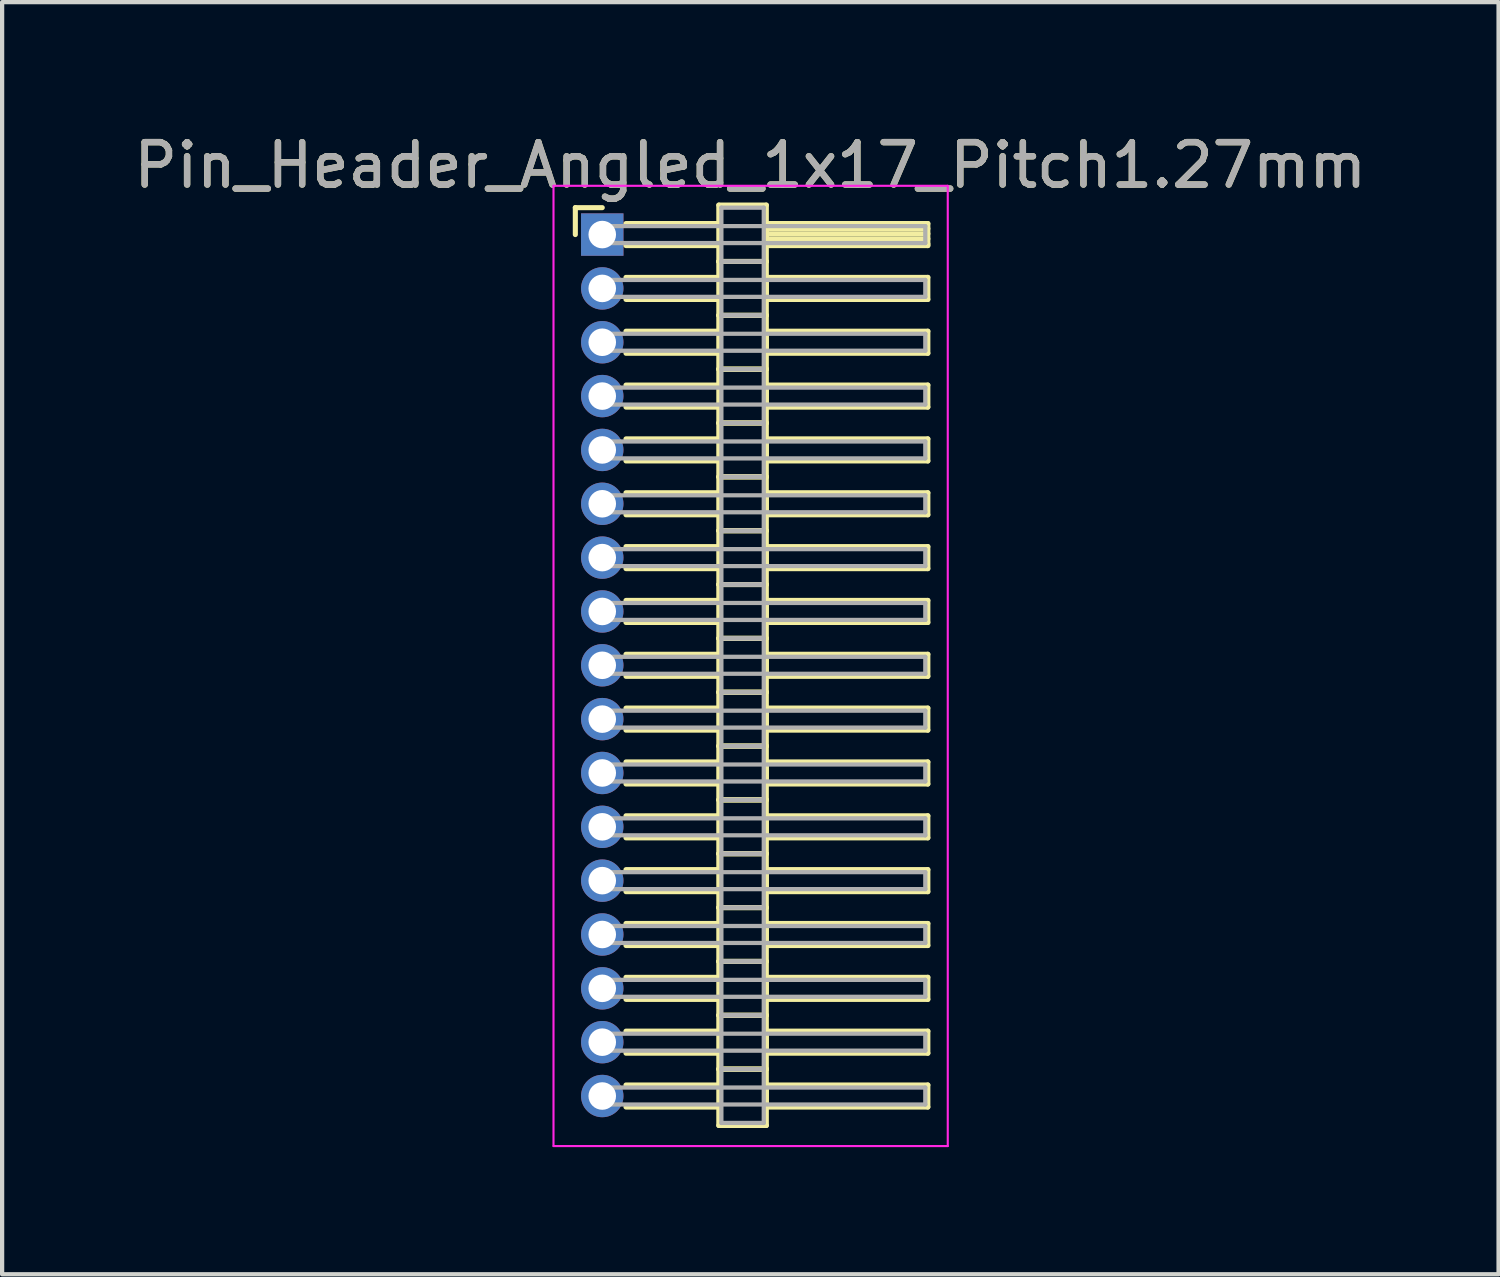
<source format=kicad_pcb>
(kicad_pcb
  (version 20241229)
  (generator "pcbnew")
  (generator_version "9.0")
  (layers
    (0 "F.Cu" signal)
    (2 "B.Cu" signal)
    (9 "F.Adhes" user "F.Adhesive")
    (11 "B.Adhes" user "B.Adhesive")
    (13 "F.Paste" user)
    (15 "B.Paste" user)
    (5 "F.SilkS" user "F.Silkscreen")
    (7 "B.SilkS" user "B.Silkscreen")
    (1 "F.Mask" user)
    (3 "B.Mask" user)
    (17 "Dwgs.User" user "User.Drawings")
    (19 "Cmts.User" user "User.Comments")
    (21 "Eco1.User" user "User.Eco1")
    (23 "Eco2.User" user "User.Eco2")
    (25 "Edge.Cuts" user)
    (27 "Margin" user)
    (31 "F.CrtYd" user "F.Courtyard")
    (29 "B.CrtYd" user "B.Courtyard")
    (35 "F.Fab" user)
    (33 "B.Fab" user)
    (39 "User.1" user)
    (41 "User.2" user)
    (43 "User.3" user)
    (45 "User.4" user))
  (footprint "Pin_Header_Angled_1x17_Pitch1.27mm"
    (layer "F.Cu")
    (at 11.156 2.483)
    (property "Reference" "Pin_Header_Angled_1x17_Pitch1.27mm" (at 3.493 -1.635 0) (layer "F.SilkS") (effects (font (size 1 1) (thickness 0.15))))
    (attr through_hole)
    (fp_line (start -0.635 -0.635) (end 0 -0.635) (stroke (width 0.12) (type solid)) (layer "F.SilkS"))
    (fp_line (start -0.635 0) (end -0.635 -0.635) (stroke (width 0.12) (type solid)) (layer "F.SilkS"))
    (fp_line (start 0.56 -0.26) (end 2.75 -0.26) (stroke (width 0.12) (type solid)) (layer "F.SilkS"))
    (fp_line (start 0.56 0.26) (end 2.75 0.26) (stroke (width 0.12) (type solid)) (layer "F.SilkS"))
    (fp_line (start 0.56 1.01) (end 2.75 1.01) (stroke (width 0.12) (type solid)) (layer "F.SilkS"))
    (fp_line (start 0.56 1.53) (end 2.75 1.53) (stroke (width 0.12) (type solid)) (layer "F.SilkS"))
    (fp_line (start 0.56 2.28) (end 2.75 2.28) (stroke (width 0.12) (type solid)) (layer "F.SilkS"))
    (fp_line (start 0.56 2.8) (end 2.75 2.8) (stroke (width 0.12) (type solid)) (layer "F.SilkS"))
    (fp_line (start 0.56 3.55) (end 2.75 3.55) (stroke (width 0.12) (type solid)) (layer "F.SilkS"))
    (fp_line (start 0.56 4.07) (end 2.75 4.07) (stroke (width 0.12) (type solid)) (layer "F.SilkS"))
    (fp_line (start 0.56 4.82) (end 2.75 4.82) (stroke (width 0.12) (type solid)) (layer "F.SilkS"))
    (fp_line (start 0.56 5.34) (end 2.75 5.34) (stroke (width 0.12) (type solid)) (layer "F.SilkS"))
    (fp_line (start 0.56 6.09) (end 2.75 6.09) (stroke (width 0.12) (type solid)) (layer "F.SilkS"))
    (fp_line (start 0.56 6.61) (end 2.75 6.61) (stroke (width 0.12) (type solid)) (layer "F.SilkS"))
    (fp_line (start 0.56 7.36) (end 2.75 7.36) (stroke (width 0.12) (type solid)) (layer "F.SilkS"))
    (fp_line (start 0.56 7.88) (end 2.75 7.88) (stroke (width 0.12) (type solid)) (layer "F.SilkS"))
    (fp_line (start 0.56 8.63) (end 2.75 8.63) (stroke (width 0.12) (type solid)) (layer "F.SilkS"))
    (fp_line (start 0.56 9.15) (end 2.75 9.15) (stroke (width 0.12) (type solid)) (layer "F.SilkS"))
    (fp_line (start 0.56 9.9) (end 2.75 9.9) (stroke (width 0.12) (type solid)) (layer "F.SilkS"))
    (fp_line (start 0.56 10.42) (end 2.75 10.42) (stroke (width 0.12) (type solid)) (layer "F.SilkS"))
    (fp_line (start 0.56 11.17) (end 2.75 11.17) (stroke (width 0.12) (type solid)) (layer "F.SilkS"))
    (fp_line (start 0.56 11.69) (end 2.75 11.69) (stroke (width 0.12) (type solid)) (layer "F.SilkS"))
    (fp_line (start 0.56 12.44) (end 2.75 12.44) (stroke (width 0.12) (type solid)) (layer "F.SilkS"))
    (fp_line (start 0.56 12.96) (end 2.75 12.96) (stroke (width 0.12) (type solid)) (layer "F.SilkS"))
    (fp_line (start 0.56 13.71) (end 2.75 13.71) (stroke (width 0.12) (type solid)) (layer "F.SilkS"))
    (fp_line (start 0.56 14.23) (end 2.75 14.23) (stroke (width 0.12) (type solid)) (layer "F.SilkS"))
    (fp_line (start 0.56 14.98) (end 2.75 14.98) (stroke (width 0.12) (type solid)) (layer "F.SilkS"))
    (fp_line (start 0.56 15.5) (end 2.75 15.5) (stroke (width 0.12) (type solid)) (layer "F.SilkS"))
    (fp_line (start 0.56 16.25) (end 2.75 16.25) (stroke (width 0.12) (type solid)) (layer "F.SilkS"))
    (fp_line (start 0.56 16.77) (end 2.75 16.77) (stroke (width 0.12) (type solid)) (layer "F.SilkS"))
    (fp_line (start 0.56 17.52) (end 2.75 17.52) (stroke (width 0.12) (type solid)) (layer "F.SilkS"))
    (fp_line (start 0.56 18.04) (end 2.75 18.04) (stroke (width 0.12) (type solid)) (layer "F.SilkS"))
    (fp_line (start 0.56 18.79) (end 2.75 18.79) (stroke (width 0.12) (type solid)) (layer "F.SilkS"))
    (fp_line (start 0.56 19.31) (end 2.75 19.31) (stroke (width 0.12) (type solid)) (layer "F.SilkS"))
    (fp_line (start 0.56 20.06) (end 2.75 20.06) (stroke (width 0.12) (type solid)) (layer "F.SilkS"))
    (fp_line (start 0.56 20.58) (end 2.75 20.58) (stroke (width 0.12) (type solid)) (layer "F.SilkS"))
    (fp_line (start 2.75 -0.695) (end 2.75 0.635) (stroke (width 0.12) (type solid)) (layer "F.SilkS"))
    (fp_line (start 2.75 0.635) (end 2.75 1.905) (stroke (width 0.12) (type solid)) (layer "F.SilkS"))
    (fp_line (start 2.75 0.635) (end 3.87 0.635) (stroke (width 0.12) (type solid)) (layer "F.SilkS"))
    (fp_line (start 2.75 1.905) (end 2.75 3.175) (stroke (width 0.12) (type solid)) (layer "F.SilkS"))
    (fp_line (start 2.75 1.905) (end 3.87 1.905) (stroke (width 0.12) (type solid)) (layer "F.SilkS"))
    (fp_line (start 2.75 3.175) (end 2.75 4.445) (stroke (width 0.12) (type solid)) (layer "F.SilkS"))
    (fp_line (start 2.75 3.175) (end 3.87 3.175) (stroke (width 0.12) (type solid)) (layer "F.SilkS"))
    (fp_line (start 2.75 4.445) (end 2.75 5.715) (stroke (width 0.12) (type solid)) (layer "F.SilkS"))
    (fp_line (start 2.75 4.445) (end 3.87 4.445) (stroke (width 0.12) (type solid)) (layer "F.SilkS"))
    (fp_line (start 2.75 5.715) (end 2.75 6.985) (stroke (width 0.12) (type solid)) (layer "F.SilkS"))
    (fp_line (start 2.75 5.715) (end 3.87 5.715) (stroke (width 0.12) (type solid)) (layer "F.SilkS"))
    (fp_line (start 2.75 6.985) (end 2.75 8.255) (stroke (width 0.12) (type solid)) (layer "F.SilkS"))
    (fp_line (start 2.75 6.985) (end 3.87 6.985) (stroke (width 0.12) (type solid)) (layer "F.SilkS"))
    (fp_line (start 2.75 8.255) (end 2.75 9.525) (stroke (width 0.12) (type solid)) (layer "F.SilkS"))
    (fp_line (start 2.75 8.255) (end 3.87 8.255) (stroke (width 0.12) (type solid)) (layer "F.SilkS"))
    (fp_line (start 2.75 9.525) (end 2.75 10.795) (stroke (width 0.12) (type solid)) (layer "F.SilkS"))
    (fp_line (start 2.75 9.525) (end 3.87 9.525) (stroke (width 0.12) (type solid)) (layer "F.SilkS"))
    (fp_line (start 2.75 10.795) (end 2.75 12.065) (stroke (width 0.12) (type solid)) (layer "F.SilkS"))
    (fp_line (start 2.75 10.795) (end 3.87 10.795) (stroke (width 0.12) (type solid)) (layer "F.SilkS"))
    (fp_line (start 2.75 12.065) (end 2.75 13.335) (stroke (width 0.12) (type solid)) (layer "F.SilkS"))
    (fp_line (start 2.75 12.065) (end 3.87 12.065) (stroke (width 0.12) (type solid)) (layer "F.SilkS"))
    (fp_line (start 2.75 13.335) (end 2.75 14.605) (stroke (width 0.12) (type solid)) (layer "F.SilkS"))
    (fp_line (start 2.75 13.335) (end 3.87 13.335) (stroke (width 0.12) (type solid)) (layer "F.SilkS"))
    (fp_line (start 2.75 14.605) (end 2.75 15.875) (stroke (width 0.12) (type solid)) (layer "F.SilkS"))
    (fp_line (start 2.75 14.605) (end 3.87 14.605) (stroke (width 0.12) (type solid)) (layer "F.SilkS"))
    (fp_line (start 2.75 15.875) (end 2.75 17.145) (stroke (width 0.12) (type solid)) (layer "F.SilkS"))
    (fp_line (start 2.75 15.875) (end 3.87 15.875) (stroke (width 0.12) (type solid)) (layer "F.SilkS"))
    (fp_line (start 2.75 17.145) (end 2.75 18.415) (stroke (width 0.12) (type solid)) (layer "F.SilkS"))
    (fp_line (start 2.75 17.145) (end 3.87 17.145) (stroke (width 0.12) (type solid)) (layer "F.SilkS"))
    (fp_line (start 2.75 18.415) (end 2.75 19.685) (stroke (width 0.12) (type solid)) (layer "F.SilkS"))
    (fp_line (start 2.75 18.415) (end 3.87 18.415) (stroke (width 0.12) (type solid)) (layer "F.SilkS"))
    (fp_line (start 2.75 19.685) (end 2.75 21.015) (stroke (width 0.12) (type solid)) (layer "F.SilkS"))
    (fp_line (start 2.75 19.685) (end 3.87 19.685) (stroke (width 0.12) (type solid)) (layer "F.SilkS"))
    (fp_line (start 2.75 21.015) (end 3.87 21.015) (stroke (width 0.12) (type solid)) (layer "F.SilkS"))
    (fp_line (start 3.87 -0.695) (end 2.75 -0.695) (stroke (width 0.12) (type solid)) (layer "F.SilkS"))
    (fp_line (start 3.87 -0.26) (end 3.87 0.26) (stroke (width 0.12) (type solid)) (layer "F.SilkS"))
    (fp_line (start 3.87 -0.14) (end 7.68 -0.14) (stroke (width 0.12) (type solid)) (layer "F.SilkS"))
    (fp_line (start 3.87 -0.02) (end 7.68 -0.02) (stroke (width 0.12) (type solid)) (layer "F.SilkS"))
    (fp_line (start 3.87 0.1) (end 7.68 0.1) (stroke (width 0.12) (type solid)) (layer "F.SilkS"))
    (fp_line (start 3.87 0.22) (end 7.68 0.22) (stroke (width 0.12) (type solid)) (layer "F.SilkS"))
    (fp_line (start 3.87 0.26) (end 7.68 0.26) (stroke (width 0.12) (type solid)) (layer "F.SilkS"))
    (fp_line (start 3.87 0.635) (end 2.75 0.635) (stroke (width 0.12) (type solid)) (layer "F.SilkS"))
    (fp_line (start 3.87 0.635) (end 3.87 -0.695) (stroke (width 0.12) (type solid)) (layer "F.SilkS"))
    (fp_line (start 3.87 1.01) (end 3.87 1.53) (stroke (width 0.12) (type solid)) (layer "F.SilkS"))
    (fp_line (start 3.87 1.53) (end 7.68 1.53) (stroke (width 0.12) (type solid)) (layer "F.SilkS"))
    (fp_line (start 3.87 1.905) (end 2.75 1.905) (stroke (width 0.12) (type solid)) (layer "F.SilkS"))
    (fp_line (start 3.87 1.905) (end 3.87 0.635) (stroke (width 0.12) (type solid)) (layer "F.SilkS"))
    (fp_line (start 3.87 2.28) (end 3.87 2.8) (stroke (width 0.12) (type solid)) (layer "F.SilkS"))
    (fp_line (start 3.87 2.8) (end 7.68 2.8) (stroke (width 0.12) (type solid)) (layer "F.SilkS"))
    (fp_line (start 3.87 3.175) (end 2.75 3.175) (stroke (width 0.12) (type solid)) (layer "F.SilkS"))
    (fp_line (start 3.87 3.175) (end 3.87 1.905) (stroke (width 0.12) (type solid)) (layer "F.SilkS"))
    (fp_line (start 3.87 3.55) (end 3.87 4.07) (stroke (width 0.12) (type solid)) (layer "F.SilkS"))
    (fp_line (start 3.87 4.07) (end 7.68 4.07) (stroke (width 0.12) (type solid)) (layer "F.SilkS"))
    (fp_line (start 3.87 4.445) (end 2.75 4.445) (stroke (width 0.12) (type solid)) (layer "F.SilkS"))
    (fp_line (start 3.87 4.445) (end 3.87 3.175) (stroke (width 0.12) (type solid)) (layer "F.SilkS"))
    (fp_line (start 3.87 4.82) (end 3.87 5.34) (stroke (width 0.12) (type solid)) (layer "F.SilkS"))
    (fp_line (start 3.87 5.34) (end 7.68 5.34) (stroke (width 0.12) (type solid)) (layer "F.SilkS"))
    (fp_line (start 3.87 5.715) (end 2.75 5.715) (stroke (width 0.12) (type solid)) (layer "F.SilkS"))
    (fp_line (start 3.87 5.715) (end 3.87 4.445) (stroke (width 0.12) (type solid)) (layer "F.SilkS"))
    (fp_line (start 3.87 6.09) (end 3.87 6.61) (stroke (width 0.12) (type solid)) (layer "F.SilkS"))
    (fp_line (start 3.87 6.61) (end 7.68 6.61) (stroke (width 0.12) (type solid)) (layer "F.SilkS"))
    (fp_line (start 3.87 6.985) (end 2.75 6.985) (stroke (width 0.12) (type solid)) (layer "F.SilkS"))
    (fp_line (start 3.87 6.985) (end 3.87 5.715) (stroke (width 0.12) (type solid)) (layer "F.SilkS"))
    (fp_line (start 3.87 7.36) (end 3.87 7.88) (stroke (width 0.12) (type solid)) (layer "F.SilkS"))
    (fp_line (start 3.87 7.88) (end 7.68 7.88) (stroke (width 0.12) (type solid)) (layer "F.SilkS"))
    (fp_line (start 3.87 8.255) (end 2.75 8.255) (stroke (width 0.12) (type solid)) (layer "F.SilkS"))
    (fp_line (start 3.87 8.255) (end 3.87 6.985) (stroke (width 0.12) (type solid)) (layer "F.SilkS"))
    (fp_line (start 3.87 8.63) (end 3.87 9.15) (stroke (width 0.12) (type solid)) (layer "F.SilkS"))
    (fp_line (start 3.87 9.15) (end 7.68 9.15) (stroke (width 0.12) (type solid)) (layer "F.SilkS"))
    (fp_line (start 3.87 9.525) (end 2.75 9.525) (stroke (width 0.12) (type solid)) (layer "F.SilkS"))
    (fp_line (start 3.87 9.525) (end 3.87 8.255) (stroke (width 0.12) (type solid)) (layer "F.SilkS"))
    (fp_line (start 3.87 9.9) (end 3.87 10.42) (stroke (width 0.12) (type solid)) (layer "F.SilkS"))
    (fp_line (start 3.87 10.42) (end 7.68 10.42) (stroke (width 0.12) (type solid)) (layer "F.SilkS"))
    (fp_line (start 3.87 10.795) (end 2.75 10.795) (stroke (width 0.12) (type solid)) (layer "F.SilkS"))
    (fp_line (start 3.87 10.795) (end 3.87 9.525) (stroke (width 0.12) (type solid)) (layer "F.SilkS"))
    (fp_line (start 3.87 11.17) (end 3.87 11.69) (stroke (width 0.12) (type solid)) (layer "F.SilkS"))
    (fp_line (start 3.87 11.69) (end 7.68 11.69) (stroke (width 0.12) (type solid)) (layer "F.SilkS"))
    (fp_line (start 3.87 12.065) (end 2.75 12.065) (stroke (width 0.12) (type solid)) (layer "F.SilkS"))
    (fp_line (start 3.87 12.065) (end 3.87 10.795) (stroke (width 0.12) (type solid)) (layer "F.SilkS"))
    (fp_line (start 3.87 12.44) (end 3.87 12.96) (stroke (width 0.12) (type solid)) (layer "F.SilkS"))
    (fp_line (start 3.87 12.96) (end 7.68 12.96) (stroke (width 0.12) (type solid)) (layer "F.SilkS"))
    (fp_line (start 3.87 13.335) (end 2.75 13.335) (stroke (width 0.12) (type solid)) (layer "F.SilkS"))
    (fp_line (start 3.87 13.335) (end 3.87 12.065) (stroke (width 0.12) (type solid)) (layer "F.SilkS"))
    (fp_line (start 3.87 13.71) (end 3.87 14.23) (stroke (width 0.12) (type solid)) (layer "F.SilkS"))
    (fp_line (start 3.87 14.23) (end 7.68 14.23) (stroke (width 0.12) (type solid)) (layer "F.SilkS"))
    (fp_line (start 3.87 14.605) (end 2.75 14.605) (stroke (width 0.12) (type solid)) (layer "F.SilkS"))
    (fp_line (start 3.87 14.605) (end 3.87 13.335) (stroke (width 0.12) (type solid)) (layer "F.SilkS"))
    (fp_line (start 3.87 14.98) (end 3.87 15.5) (stroke (width 0.12) (type solid)) (layer "F.SilkS"))
    (fp_line (start 3.87 15.5) (end 7.68 15.5) (stroke (width 0.12) (type solid)) (layer "F.SilkS"))
    (fp_line (start 3.87 15.875) (end 2.75 15.875) (stroke (width 0.12) (type solid)) (layer "F.SilkS"))
    (fp_line (start 3.87 15.875) (end 3.87 14.605) (stroke (width 0.12) (type solid)) (layer "F.SilkS"))
    (fp_line (start 3.87 16.25) (end 3.87 16.77) (stroke (width 0.12) (type solid)) (layer "F.SilkS"))
    (fp_line (start 3.87 16.77) (end 7.68 16.77) (stroke (width 0.12) (type solid)) (layer "F.SilkS"))
    (fp_line (start 3.87 17.145) (end 2.75 17.145) (stroke (width 0.12) (type solid)) (layer "F.SilkS"))
    (fp_line (start 3.87 17.145) (end 3.87 15.875) (stroke (width 0.12) (type solid)) (layer "F.SilkS"))
    (fp_line (start 3.87 17.52) (end 3.87 18.04) (stroke (width 0.12) (type solid)) (layer "F.SilkS"))
    (fp_line (start 3.87 18.04) (end 7.68 18.04) (stroke (width 0.12) (type solid)) (layer "F.SilkS"))
    (fp_line (start 3.87 18.415) (end 2.75 18.415) (stroke (width 0.12) (type solid)) (layer "F.SilkS"))
    (fp_line (start 3.87 18.415) (end 3.87 17.145) (stroke (width 0.12) (type solid)) (layer "F.SilkS"))
    (fp_line (start 3.87 18.79) (end 3.87 19.31) (stroke (width 0.12) (type solid)) (layer "F.SilkS"))
    (fp_line (start 3.87 19.31) (end 7.68 19.31) (stroke (width 0.12) (type solid)) (layer "F.SilkS"))
    (fp_line (start 3.87 19.685) (end 2.75 19.685) (stroke (width 0.12) (type solid)) (layer "F.SilkS"))
    (fp_line (start 3.87 19.685) (end 3.87 18.415) (stroke (width 0.12) (type solid)) (layer "F.SilkS"))
    (fp_line (start 3.87 20.06) (end 3.87 20.58) (stroke (width 0.12) (type solid)) (layer "F.SilkS"))
    (fp_line (start 3.87 20.58) (end 7.68 20.58) (stroke (width 0.12) (type solid)) (layer "F.SilkS"))
    (fp_line (start 3.87 21.015) (end 3.87 19.685) (stroke (width 0.12) (type solid)) (layer "F.SilkS"))
    (fp_line (start 7.68 -0.26) (end 3.87 -0.26) (stroke (width 0.12) (type solid)) (layer "F.SilkS"))
    (fp_line (start 7.68 0.26) (end 7.68 -0.26) (stroke (width 0.12) (type solid)) (layer "F.SilkS"))
    (fp_line (start 7.68 1.01) (end 3.87 1.01) (stroke (width 0.12) (type solid)) (layer "F.SilkS"))
    (fp_line (start 7.68 1.53) (end 7.68 1.01) (stroke (width 0.12) (type solid)) (layer "F.SilkS"))
    (fp_line (start 7.68 2.28) (end 3.87 2.28) (stroke (width 0.12) (type solid)) (layer "F.SilkS"))
    (fp_line (start 7.68 2.8) (end 7.68 2.28) (stroke (width 0.12) (type solid)) (layer "F.SilkS"))
    (fp_line (start 7.68 3.55) (end 3.87 3.55) (stroke (width 0.12) (type solid)) (layer "F.SilkS"))
    (fp_line (start 7.68 4.07) (end 7.68 3.55) (stroke (width 0.12) (type solid)) (layer "F.SilkS"))
    (fp_line (start 7.68 4.82) (end 3.87 4.82) (stroke (width 0.12) (type solid)) (layer "F.SilkS"))
    (fp_line (start 7.68 5.34) (end 7.68 4.82) (stroke (width 0.12) (type solid)) (layer "F.SilkS"))
    (fp_line (start 7.68 6.09) (end 3.87 6.09) (stroke (width 0.12) (type solid)) (layer "F.SilkS"))
    (fp_line (start 7.68 6.61) (end 7.68 6.09) (stroke (width 0.12) (type solid)) (layer "F.SilkS"))
    (fp_line (start 7.68 7.36) (end 3.87 7.36) (stroke (width 0.12) (type solid)) (layer "F.SilkS"))
    (fp_line (start 7.68 7.88) (end 7.68 7.36) (stroke (width 0.12) (type solid)) (layer "F.SilkS"))
    (fp_line (start 7.68 8.63) (end 3.87 8.63) (stroke (width 0.12) (type solid)) (layer "F.SilkS"))
    (fp_line (start 7.68 9.15) (end 7.68 8.63) (stroke (width 0.12) (type solid)) (layer "F.SilkS"))
    (fp_line (start 7.68 9.9) (end 3.87 9.9) (stroke (width 0.12) (type solid)) (layer "F.SilkS"))
    (fp_line (start 7.68 10.42) (end 7.68 9.9) (stroke (width 0.12) (type solid)) (layer "F.SilkS"))
    (fp_line (start 7.68 11.17) (end 3.87 11.17) (stroke (width 0.12) (type solid)) (layer "F.SilkS"))
    (fp_line (start 7.68 11.69) (end 7.68 11.17) (stroke (width 0.12) (type solid)) (layer "F.SilkS"))
    (fp_line (start 7.68 12.44) (end 3.87 12.44) (stroke (width 0.12) (type solid)) (layer "F.SilkS"))
    (fp_line (start 7.68 12.96) (end 7.68 12.44) (stroke (width 0.12) (type solid)) (layer "F.SilkS"))
    (fp_line (start 7.68 13.71) (end 3.87 13.71) (stroke (width 0.12) (type solid)) (layer "F.SilkS"))
    (fp_line (start 7.68 14.23) (end 7.68 13.71) (stroke (width 0.12) (type solid)) (layer "F.SilkS"))
    (fp_line (start 7.68 14.98) (end 3.87 14.98) (stroke (width 0.12) (type solid)) (layer "F.SilkS"))
    (fp_line (start 7.68 15.5) (end 7.68 14.98) (stroke (width 0.12) (type solid)) (layer "F.SilkS"))
    (fp_line (start 7.68 16.25) (end 3.87 16.25) (stroke (width 0.12) (type solid)) (layer "F.SilkS"))
    (fp_line (start 7.68 16.77) (end 7.68 16.25) (stroke (width 0.12) (type solid)) (layer "F.SilkS"))
    (fp_line (start 7.68 17.52) (end 3.87 17.52) (stroke (width 0.12) (type solid)) (layer "F.SilkS"))
    (fp_line (start 7.68 18.04) (end 7.68 17.52) (stroke (width 0.12) (type solid)) (layer "F.SilkS"))
    (fp_line (start 7.68 18.79) (end 3.87 18.79) (stroke (width 0.12) (type solid)) (layer "F.SilkS"))
    (fp_line (start 7.68 19.31) (end 7.68 18.79) (stroke (width 0.12) (type solid)) (layer "F.SilkS"))
    (fp_line (start 7.68 20.06) (end 3.87 20.06) (stroke (width 0.12) (type solid)) (layer "F.SilkS"))
    (fp_line (start 7.68 20.58) (end 7.68 20.06) (stroke (width 0.12) (type solid)) (layer "F.SilkS"))
    (fp_line (start -1.15 -1.15) (end -1.15 21.5) (stroke (width 0.05) (type solid)) (layer "F.CrtYd"))
    (fp_line (start -1.15 21.5) (end 8.15 21.5) (stroke (width 0.05) (type solid)) (layer "F.CrtYd"))
    (fp_line (start 8.15 -1.15) (end -1.15 -1.15) (stroke (width 0.05) (type solid)) (layer "F.CrtYd"))
    (fp_line (start 8.15 21.5) (end 8.15 -1.15) (stroke (width 0.05) (type solid)) (layer "F.CrtYd"))
    (fp_line (start 0 -0.2) (end 0 0.2) (stroke (width 0.1) (type solid)) (layer "F.Fab"))
    (fp_line (start 0 0.2) (end 7.62 0.2) (stroke (width 0.1) (type solid)) (layer "F.Fab"))
    (fp_line (start 0 1.07) (end 0 1.47) (stroke (width 0.1) (type solid)) (layer "F.Fab"))
    (fp_line (start 0 1.47) (end 7.62 1.47) (stroke (width 0.1) (type solid)) (layer "F.Fab"))
    (fp_line (start 0 2.34) (end 0 2.74) (stroke (width 0.1) (type solid)) (layer "F.Fab"))
    (fp_line (start 0 2.74) (end 7.62 2.74) (stroke (width 0.1) (type solid)) (layer "F.Fab"))
    (fp_line (start 0 3.61) (end 0 4.01) (stroke (width 0.1) (type solid)) (layer "F.Fab"))
    (fp_line (start 0 4.01) (end 7.62 4.01) (stroke (width 0.1) (type solid)) (layer "F.Fab"))
    (fp_line (start 0 4.88) (end 0 5.28) (stroke (width 0.1) (type solid)) (layer "F.Fab"))
    (fp_line (start 0 5.28) (end 7.62 5.28) (stroke (width 0.1) (type solid)) (layer "F.Fab"))
    (fp_line (start 0 6.15) (end 0 6.55) (stroke (width 0.1) (type solid)) (layer "F.Fab"))
    (fp_line (start 0 6.55) (end 7.62 6.55) (stroke (width 0.1) (type solid)) (layer "F.Fab"))
    (fp_line (start 0 7.42) (end 0 7.82) (stroke (width 0.1) (type solid)) (layer "F.Fab"))
    (fp_line (start 0 7.82) (end 7.62 7.82) (stroke (width 0.1) (type solid)) (layer "F.Fab"))
    (fp_line (start 0 8.69) (end 0 9.09) (stroke (width 0.1) (type solid)) (layer "F.Fab"))
    (fp_line (start 0 9.09) (end 7.62 9.09) (stroke (width 0.1) (type solid)) (layer "F.Fab"))
    (fp_line (start 0 9.96) (end 0 10.36) (stroke (width 0.1) (type solid)) (layer "F.Fab"))
    (fp_line (start 0 10.36) (end 7.62 10.36) (stroke (width 0.1) (type solid)) (layer "F.Fab"))
    (fp_line (start 0 11.23) (end 0 11.63) (stroke (width 0.1) (type solid)) (layer "F.Fab"))
    (fp_line (start 0 11.63) (end 7.62 11.63) (stroke (width 0.1) (type solid)) (layer "F.Fab"))
    (fp_line (start 0 12.5) (end 0 12.9) (stroke (width 0.1) (type solid)) (layer "F.Fab"))
    (fp_line (start 0 12.9) (end 7.62 12.9) (stroke (width 0.1) (type solid)) (layer "F.Fab"))
    (fp_line (start 0 13.77) (end 0 14.17) (stroke (width 0.1) (type solid)) (layer "F.Fab"))
    (fp_line (start 0 14.17) (end 7.62 14.17) (stroke (width 0.1) (type solid)) (layer "F.Fab"))
    (fp_line (start 0 15.04) (end 0 15.44) (stroke (width 0.1) (type solid)) (layer "F.Fab"))
    (fp_line (start 0 15.44) (end 7.62 15.44) (stroke (width 0.1) (type solid)) (layer "F.Fab"))
    (fp_line (start 0 16.31) (end 0 16.71) (stroke (width 0.1) (type solid)) (layer "F.Fab"))
    (fp_line (start 0 16.71) (end 7.62 16.71) (stroke (width 0.1) (type solid)) (layer "F.Fab"))
    (fp_line (start 0 17.58) (end 0 17.98) (stroke (width 0.1) (type solid)) (layer "F.Fab"))
    (fp_line (start 0 17.98) (end 7.62 17.98) (stroke (width 0.1) (type solid)) (layer "F.Fab"))
    (fp_line (start 0 18.85) (end 0 19.25) (stroke (width 0.1) (type solid)) (layer "F.Fab"))
    (fp_line (start 0 19.25) (end 7.62 19.25) (stroke (width 0.1) (type solid)) (layer "F.Fab"))
    (fp_line (start 0 20.12) (end 0 20.52) (stroke (width 0.1) (type solid)) (layer "F.Fab"))
    (fp_line (start 0 20.52) (end 7.62 20.52) (stroke (width 0.1) (type solid)) (layer "F.Fab"))
    (fp_line (start 2.81 -0.635) (end 2.81 0.635) (stroke (width 0.1) (type solid)) (layer "F.Fab"))
    (fp_line (start 2.81 0.635) (end 2.81 1.905) (stroke (width 0.1) (type solid)) (layer "F.Fab"))
    (fp_line (start 2.81 0.635) (end 3.81 0.635) (stroke (width 0.1) (type solid)) (layer "F.Fab"))
    (fp_line (start 2.81 1.905) (end 2.81 3.175) (stroke (width 0.1) (type solid)) (layer "F.Fab"))
    (fp_line (start 2.81 1.905) (end 3.81 1.905) (stroke (width 0.1) (type solid)) (layer "F.Fab"))
    (fp_line (start 2.81 3.175) (end 2.81 4.445) (stroke (width 0.1) (type solid)) (layer "F.Fab"))
    (fp_line (start 2.81 3.175) (end 3.81 3.175) (stroke (width 0.1) (type solid)) (layer "F.Fab"))
    (fp_line (start 2.81 4.445) (end 2.81 5.715) (stroke (width 0.1) (type solid)) (layer "F.Fab"))
    (fp_line (start 2.81 4.445) (end 3.81 4.445) (stroke (width 0.1) (type solid)) (layer "F.Fab"))
    (fp_line (start 2.81 5.715) (end 2.81 6.985) (stroke (width 0.1) (type solid)) (layer "F.Fab"))
    (fp_line (start 2.81 5.715) (end 3.81 5.715) (stroke (width 0.1) (type solid)) (layer "F.Fab"))
    (fp_line (start 2.81 6.985) (end 2.81 8.255) (stroke (width 0.1) (type solid)) (layer "F.Fab"))
    (fp_line (start 2.81 6.985) (end 3.81 6.985) (stroke (width 0.1) (type solid)) (layer "F.Fab"))
    (fp_line (start 2.81 8.255) (end 2.81 9.525) (stroke (width 0.1) (type solid)) (layer "F.Fab"))
    (fp_line (start 2.81 8.255) (end 3.81 8.255) (stroke (width 0.1) (type solid)) (layer "F.Fab"))
    (fp_line (start 2.81 9.525) (end 2.81 10.795) (stroke (width 0.1) (type solid)) (layer "F.Fab"))
    (fp_line (start 2.81 9.525) (end 3.81 9.525) (stroke (width 0.1) (type solid)) (layer "F.Fab"))
    (fp_line (start 2.81 10.795) (end 2.81 12.065) (stroke (width 0.1) (type solid)) (layer "F.Fab"))
    (fp_line (start 2.81 10.795) (end 3.81 10.795) (stroke (width 0.1) (type solid)) (layer "F.Fab"))
    (fp_line (start 2.81 12.065) (end 2.81 13.335) (stroke (width 0.1) (type solid)) (layer "F.Fab"))
    (fp_line (start 2.81 12.065) (end 3.81 12.065) (stroke (width 0.1) (type solid)) (layer "F.Fab"))
    (fp_line (start 2.81 13.335) (end 2.81 14.605) (stroke (width 0.1) (type solid)) (layer "F.Fab"))
    (fp_line (start 2.81 13.335) (end 3.81 13.335) (stroke (width 0.1) (type solid)) (layer "F.Fab"))
    (fp_line (start 2.81 14.605) (end 2.81 15.875) (stroke (width 0.1) (type solid)) (layer "F.Fab"))
    (fp_line (start 2.81 14.605) (end 3.81 14.605) (stroke (width 0.1) (type solid)) (layer "F.Fab"))
    (fp_line (start 2.81 15.875) (end 2.81 17.145) (stroke (width 0.1) (type solid)) (layer "F.Fab"))
    (fp_line (start 2.81 15.875) (end 3.81 15.875) (stroke (width 0.1) (type solid)) (layer "F.Fab"))
    (fp_line (start 2.81 17.145) (end 2.81 18.415) (stroke (width 0.1) (type solid)) (layer "F.Fab"))
    (fp_line (start 2.81 17.145) (end 3.81 17.145) (stroke (width 0.1) (type solid)) (layer "F.Fab"))
    (fp_line (start 2.81 18.415) (end 2.81 19.685) (stroke (width 0.1) (type solid)) (layer "F.Fab"))
    (fp_line (start 2.81 18.415) (end 3.81 18.415) (stroke (width 0.1) (type solid)) (layer "F.Fab"))
    (fp_line (start 2.81 19.685) (end 2.81 20.955) (stroke (width 0.1) (type solid)) (layer "F.Fab"))
    (fp_line (start 2.81 19.685) (end 3.81 19.685) (stroke (width 0.1) (type solid)) (layer "F.Fab"))
    (fp_line (start 2.81 20.955) (end 3.81 20.955) (stroke (width 0.1) (type solid)) (layer "F.Fab"))
    (fp_line (start 3.81 -0.635) (end 2.81 -0.635) (stroke (width 0.1) (type solid)) (layer "F.Fab"))
    (fp_line (start 3.81 0.635) (end 2.81 0.635) (stroke (width 0.1) (type solid)) (layer "F.Fab"))
    (fp_line (start 3.81 0.635) (end 3.81 -0.635) (stroke (width 0.1) (type solid)) (layer "F.Fab"))
    (fp_line (start 3.81 1.905) (end 2.81 1.905) (stroke (width 0.1) (type solid)) (layer "F.Fab"))
    (fp_line (start 3.81 1.905) (end 3.81 0.635) (stroke (width 0.1) (type solid)) (layer "F.Fab"))
    (fp_line (start 3.81 3.175) (end 2.81 3.175) (stroke (width 0.1) (type solid)) (layer "F.Fab"))
    (fp_line (start 3.81 3.175) (end 3.81 1.905) (stroke (width 0.1) (type solid)) (layer "F.Fab"))
    (fp_line (start 3.81 4.445) (end 2.81 4.445) (stroke (width 0.1) (type solid)) (layer "F.Fab"))
    (fp_line (start 3.81 4.445) (end 3.81 3.175) (stroke (width 0.1) (type solid)) (layer "F.Fab"))
    (fp_line (start 3.81 5.715) (end 2.81 5.715) (stroke (width 0.1) (type solid)) (layer "F.Fab"))
    (fp_line (start 3.81 5.715) (end 3.81 4.445) (stroke (width 0.1) (type solid)) (layer "F.Fab"))
    (fp_line (start 3.81 6.985) (end 2.81 6.985) (stroke (width 0.1) (type solid)) (layer "F.Fab"))
    (fp_line (start 3.81 6.985) (end 3.81 5.715) (stroke (width 0.1) (type solid)) (layer "F.Fab"))
    (fp_line (start 3.81 8.255) (end 2.81 8.255) (stroke (width 0.1) (type solid)) (layer "F.Fab"))
    (fp_line (start 3.81 8.255) (end 3.81 6.985) (stroke (width 0.1) (type solid)) (layer "F.Fab"))
    (fp_line (start 3.81 9.525) (end 2.81 9.525) (stroke (width 0.1) (type solid)) (layer "F.Fab"))
    (fp_line (start 3.81 9.525) (end 3.81 8.255) (stroke (width 0.1) (type solid)) (layer "F.Fab"))
    (fp_line (start 3.81 10.795) (end 2.81 10.795) (stroke (width 0.1) (type solid)) (layer "F.Fab"))
    (fp_line (start 3.81 10.795) (end 3.81 9.525) (stroke (width 0.1) (type solid)) (layer "F.Fab"))
    (fp_line (start 3.81 12.065) (end 2.81 12.065) (stroke (width 0.1) (type solid)) (layer "F.Fab"))
    (fp_line (start 3.81 12.065) (end 3.81 10.795) (stroke (width 0.1) (type solid)) (layer "F.Fab"))
    (fp_line (start 3.81 13.335) (end 2.81 13.335) (stroke (width 0.1) (type solid)) (layer "F.Fab"))
    (fp_line (start 3.81 13.335) (end 3.81 12.065) (stroke (width 0.1) (type solid)) (layer "F.Fab"))
    (fp_line (start 3.81 14.605) (end 2.81 14.605) (stroke (width 0.1) (type solid)) (layer "F.Fab"))
    (fp_line (start 3.81 14.605) (end 3.81 13.335) (stroke (width 0.1) (type solid)) (layer "F.Fab"))
    (fp_line (start 3.81 15.875) (end 2.81 15.875) (stroke (width 0.1) (type solid)) (layer "F.Fab"))
    (fp_line (start 3.81 15.875) (end 3.81 14.605) (stroke (width 0.1) (type solid)) (layer "F.Fab"))
    (fp_line (start 3.81 17.145) (end 2.81 17.145) (stroke (width 0.1) (type solid)) (layer "F.Fab"))
    (fp_line (start 3.81 17.145) (end 3.81 15.875) (stroke (width 0.1) (type solid)) (layer "F.Fab"))
    (fp_line (start 3.81 18.415) (end 2.81 18.415) (stroke (width 0.1) (type solid)) (layer "F.Fab"))
    (fp_line (start 3.81 18.415) (end 3.81 17.145) (stroke (width 0.1) (type solid)) (layer "F.Fab"))
    (fp_line (start 3.81 19.685) (end 2.81 19.685) (stroke (width 0.1) (type solid)) (layer "F.Fab"))
    (fp_line (start 3.81 19.685) (end 3.81 18.415) (stroke (width 0.1) (type solid)) (layer "F.Fab"))
    (fp_line (start 3.81 20.955) (end 3.81 19.685) (stroke (width 0.1) (type solid)) (layer "F.Fab"))
    (fp_line (start 7.62 -0.2) (end 0 -0.2) (stroke (width 0.1) (type solid)) (layer "F.Fab"))
    (fp_line (start 7.62 0.2) (end 7.62 -0.2) (stroke (width 0.1) (type solid)) (layer "F.Fab"))
    (fp_line (start 7.62 1.07) (end 0 1.07) (stroke (width 0.1) (type solid)) (layer "F.Fab"))
    (fp_line (start 7.62 1.47) (end 7.62 1.07) (stroke (width 0.1) (type solid)) (layer "F.Fab"))
    (fp_line (start 7.62 2.34) (end 0 2.34) (stroke (width 0.1) (type solid)) (layer "F.Fab"))
    (fp_line (start 7.62 2.74) (end 7.62 2.34) (stroke (width 0.1) (type solid)) (layer "F.Fab"))
    (fp_line (start 7.62 3.61) (end 0 3.61) (stroke (width 0.1) (type solid)) (layer "F.Fab"))
    (fp_line (start 7.62 4.01) (end 7.62 3.61) (stroke (width 0.1) (type solid)) (layer "F.Fab"))
    (fp_line (start 7.62 4.88) (end 0 4.88) (stroke (width 0.1) (type solid)) (layer "F.Fab"))
    (fp_line (start 7.62 5.28) (end 7.62 4.88) (stroke (width 0.1) (type solid)) (layer "F.Fab"))
    (fp_line (start 7.62 6.15) (end 0 6.15) (stroke (width 0.1) (type solid)) (layer "F.Fab"))
    (fp_line (start 7.62 6.55) (end 7.62 6.15) (stroke (width 0.1) (type solid)) (layer "F.Fab"))
    (fp_line (start 7.62 7.42) (end 0 7.42) (stroke (width 0.1) (type solid)) (layer "F.Fab"))
    (fp_line (start 7.62 7.82) (end 7.62 7.42) (stroke (width 0.1) (type solid)) (layer "F.Fab"))
    (fp_line (start 7.62 8.69) (end 0 8.69) (stroke (width 0.1) (type solid)) (layer "F.Fab"))
    (fp_line (start 7.62 9.09) (end 7.62 8.69) (stroke (width 0.1) (type solid)) (layer "F.Fab"))
    (fp_line (start 7.62 9.96) (end 0 9.96) (stroke (width 0.1) (type solid)) (layer "F.Fab"))
    (fp_line (start 7.62 10.36) (end 7.62 9.96) (stroke (width 0.1) (type solid)) (layer "F.Fab"))
    (fp_line (start 7.62 11.23) (end 0 11.23) (stroke (width 0.1) (type solid)) (layer "F.Fab"))
    (fp_line (start 7.62 11.63) (end 7.62 11.23) (stroke (width 0.1) (type solid)) (layer "F.Fab"))
    (fp_line (start 7.62 12.5) (end 0 12.5) (stroke (width 0.1) (type solid)) (layer "F.Fab"))
    (fp_line (start 7.62 12.9) (end 7.62 12.5) (stroke (width 0.1) (type solid)) (layer "F.Fab"))
    (fp_line (start 7.62 13.77) (end 0 13.77) (stroke (width 0.1) (type solid)) (layer "F.Fab"))
    (fp_line (start 7.62 14.17) (end 7.62 13.77) (stroke (width 0.1) (type solid)) (layer "F.Fab"))
    (fp_line (start 7.62 15.04) (end 0 15.04) (stroke (width 0.1) (type solid)) (layer "F.Fab"))
    (fp_line (start 7.62 15.44) (end 7.62 15.04) (stroke (width 0.1) (type solid)) (layer "F.Fab"))
    (fp_line (start 7.62 16.31) (end 0 16.31) (stroke (width 0.1) (type solid)) (layer "F.Fab"))
    (fp_line (start 7.62 16.71) (end 7.62 16.31) (stroke (width 0.1) (type solid)) (layer "F.Fab"))
    (fp_line (start 7.62 17.58) (end 0 17.58) (stroke (width 0.1) (type solid)) (layer "F.Fab"))
    (fp_line (start 7.62 17.98) (end 7.62 17.58) (stroke (width 0.1) (type solid)) (layer "F.Fab"))
    (fp_line (start 7.62 18.85) (end 0 18.85) (stroke (width 0.1) (type solid)) (layer "F.Fab"))
    (fp_line (start 7.62 19.25) (end 7.62 18.85) (stroke (width 0.1) (type solid)) (layer "F.Fab"))
    (fp_line (start 7.62 20.12) (end 0 20.12) (stroke (width 0.1) (type solid)) (layer "F.Fab"))
    (fp_line (start 7.62 20.52) (end 7.62 20.12) (stroke (width 0.1) (type solid)) (layer "F.Fab"))
    (fp_text user "${REFERENCE}" (at 3.493 -1.635 0) (layer "F.Fab") (effects (font (size 1 1) (thickness 0.15))))
    (pad "1" thru_hole rect (at 0 0) (size 1 1) (drill 0.65) (layers "*.Cu" "*.Mask"))
    (pad "2" thru_hole oval (at 0 1.27) (size 1 1) (drill 0.65) (layers "*.Cu" "*.Mask"))
    (pad "3" thru_hole oval (at 0 2.54) (size 1 1) (drill 0.65) (layers "*.Cu" "*.Mask"))
    (pad "4" thru_hole oval (at 0 3.81) (size 1 1) (drill 0.65) (layers "*.Cu" "*.Mask"))
    (pad "5" thru_hole oval (at 0 5.08) (size 1 1) (drill 0.65) (layers "*.Cu" "*.Mask"))
    (pad "6" thru_hole oval (at 0 6.35) (size 1 1) (drill 0.65) (layers "*.Cu" "*.Mask"))
    (pad "7" thru_hole oval (at 0 7.62) (size 1 1) (drill 0.65) (layers "*.Cu" "*.Mask"))
    (pad "8" thru_hole oval (at 0 8.89) (size 1 1) (drill 0.65) (layers "*.Cu" "*.Mask"))
    (pad "9" thru_hole oval (at 0 10.16) (size 1 1) (drill 0.65) (layers "*.Cu" "*.Mask"))
    (pad "10" thru_hole oval (at 0 11.43) (size 1 1) (drill 0.65) (layers "*.Cu" "*.Mask"))
    (pad "11" thru_hole oval (at 0 12.7) (size 1 1) (drill 0.65) (layers "*.Cu" "*.Mask"))
    (pad "12" thru_hole oval (at 0 13.97) (size 1 1) (drill 0.65) (layers "*.Cu" "*.Mask"))
    (pad "13" thru_hole oval (at 0 15.24) (size 1 1) (drill 0.65) (layers "*.Cu" "*.Mask"))
    (pad "14" thru_hole oval (at 0 16.51) (size 1 1) (drill 0.65) (layers "*.Cu" "*.Mask"))
    (pad "15" thru_hole oval (at 0 17.78) (size 1 1) (drill 0.65) (layers "*.Cu" "*.Mask"))
    (pad "16" thru_hole oval (at 0 19.05) (size 1 1) (drill 0.65) (layers "*.Cu" "*.Mask"))
    (pad "17" thru_hole oval (at 0 20.32) (size 1 1) (drill 0.65) (layers "*.Cu" "*.Mask")))
  (gr_rect
    (start -3 -3)
    (end 32.298 27.008)
    (stroke (width 0.1) (type default))
    (fill no)
    (layer "Edge.Cuts")))
</source>
